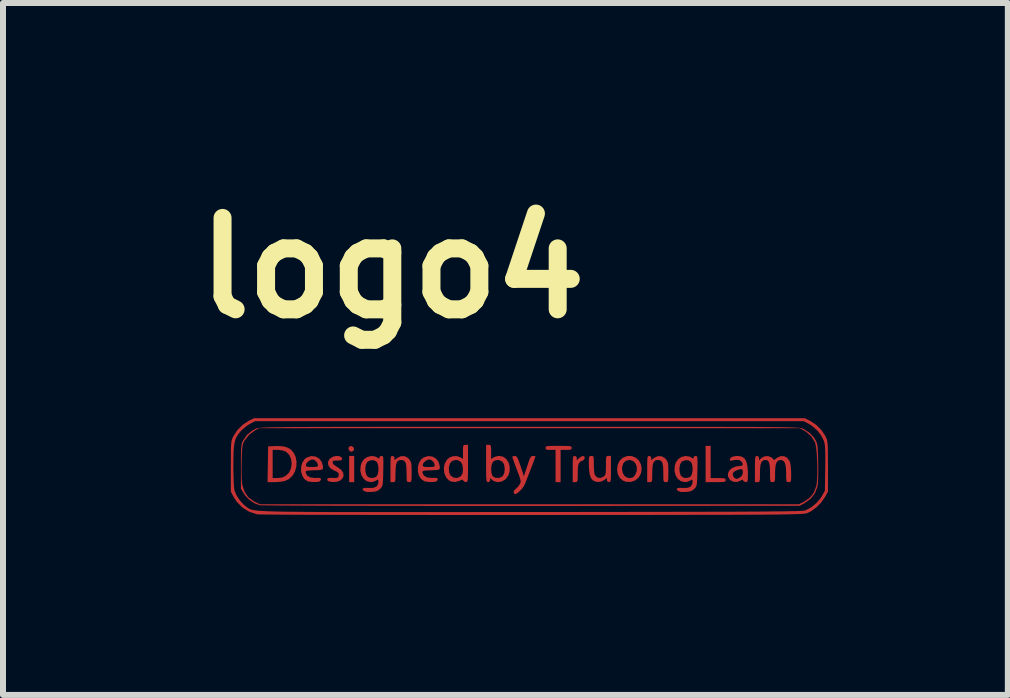
<source format=kicad_pcb>
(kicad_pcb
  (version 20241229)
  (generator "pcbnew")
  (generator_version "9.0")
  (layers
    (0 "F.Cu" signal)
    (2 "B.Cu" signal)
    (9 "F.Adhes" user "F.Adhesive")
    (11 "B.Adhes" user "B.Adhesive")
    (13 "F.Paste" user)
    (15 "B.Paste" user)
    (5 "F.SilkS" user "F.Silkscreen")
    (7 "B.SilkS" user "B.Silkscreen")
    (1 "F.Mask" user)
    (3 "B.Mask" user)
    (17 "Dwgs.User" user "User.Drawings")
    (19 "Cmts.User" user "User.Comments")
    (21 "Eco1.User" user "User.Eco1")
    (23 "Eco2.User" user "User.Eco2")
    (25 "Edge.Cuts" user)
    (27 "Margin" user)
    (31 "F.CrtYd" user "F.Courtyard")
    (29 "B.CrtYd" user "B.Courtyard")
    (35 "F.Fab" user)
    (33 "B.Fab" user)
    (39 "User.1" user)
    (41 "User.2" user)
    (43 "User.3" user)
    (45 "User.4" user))
  (footprint "logo4"
    (layer "F.Cu")
    (at 5.777 4.72)
    (property "Reference" "logo4" (at -2.286 -3.302 0) (layer "F.SilkS") (effects (font (size 1.524 1.524) (thickness 0.3))))
    (attr board_only exclude_from_pos_files exclude_from_bom)
    (fp_poly (pts (xy -2.921 0.269) (xy -3.005 0.269) (xy -3.005 -0.168) (xy -2.921 -0.168)) (stroke (width 0) (type solid)) (fill yes) (layer "F.Cu"))
    (fp_poly (pts (xy -2.967 -0.333) (xy -2.936 -0.316) (xy -2.923 -0.286) (xy -2.932 -0.257) (xy -2.94 -0.25) (xy -2.971 -0.236) (xy -2.995 -0.249) (xy -3.005 -0.26) (xy -3.019 -0.295) (xy -3.006 -0.323) (xy -2.973 -0.333)) (stroke (width 0) (type solid)) (fill yes) (layer "F.Cu"))
    (fp_poly (pts (xy 3.022 0.201) (xy 3.148 0.201) (xy 3.212 0.202) (xy 3.25 0.206) (xy 3.268 0.214) (xy 3.273 0.229) (xy 3.274 0.235) (xy 3.271 0.25) (xy 3.26 0.26) (xy 3.235 0.266) (xy 3.188 0.268) (xy 3.115 0.269) (xy 3.106 0.269) (xy 2.938 0.269) (xy 2.938 -0.336) (xy 3.022 -0.336)) (stroke (width 0) (type solid)) (fill yes) (layer "F.Cu"))
    (fp_poly (pts (xy 0.576 -0.335) (xy 0.637 -0.334) (xy 0.675 -0.331) (xy 0.695 -0.325) (xy 0.704 -0.315) (xy 0.705 -0.302) (xy 0.701 -0.283) (xy 0.684 -0.273) (xy 0.645 -0.269) (xy 0.613 -0.269) (xy 0.52 -0.269) (xy 0.52 0.269) (xy 0.436 0.269) (xy 0.436 -0.269) (xy 0.353 -0.269) (xy 0.302 -0.27) (xy 0.277 -0.278) (xy 0.269 -0.294) (xy 0.269 -0.302) (xy 0.27 -0.316) (xy 0.28 -0.325) (xy 0.301 -0.331) (xy 0.341 -0.334) (xy 0.404 -0.336) (xy 0.487 -0.336)) (stroke (width 0) (type solid)) (fill yes) (layer "F.Cu"))
    (fp_poly (pts (xy 0.918 -0.156) (xy 0.922 -0.131) (xy 0.909 -0.104) (xy 0.89 -0.092) (xy 0.852 -0.076) (xy 0.827 -0.05) (xy 0.813 -0.009) (xy 0.807 0.053) (xy 0.806 0.119) (xy 0.805 0.19) (xy 0.803 0.234) (xy 0.797 0.257) (xy 0.786 0.267) (xy 0.767 0.269) (xy 0.764 0.269) (xy 0.722 0.269) (xy 0.722 0.05) (xy 0.722 -0.039) (xy 0.724 -0.1) (xy 0.727 -0.138) (xy 0.733 -0.158) (xy 0.743 -0.166) (xy 0.755 -0.168) (xy 0.783 -0.157) (xy 0.789 -0.131) (xy 0.789 -0.095) (xy 0.828 -0.131) (xy 0.864 -0.157) (xy 0.895 -0.168)) (stroke (width 0) (type solid)) (fill yes) (layer "F.Cu"))
    (fp_poly (pts (xy -4.173 -0.332) (xy -4.106 -0.327) (xy -4.065 -0.319) (xy -3.99 -0.284) (xy -3.935 -0.228) (xy -3.899 -0.156) (xy -3.883 -0.076) (xy -3.886 0.008) (xy -3.908 0.088) (xy -3.949 0.16) (xy -4.009 0.217) (xy -4.078 0.249) (xy -4.13 0.26) (xy -4.198 0.267) (xy -4.254 0.269) (xy -4.366 0.269) (xy -4.365 0.201) (xy -4.281 0.201) (xy -4.199 0.201) (xy -4.119 0.191) (xy -4.061 0.163) (xy -4.007 0.109) (xy -3.975 0.039) (xy -3.964 -0.039) (xy -3.973 -0.116) (xy -4.004 -0.185) (xy -4.056 -0.236) (xy -4.061 -0.24) (xy -4.114 -0.259) (xy -4.182 -0.268) (xy -4.195 -0.269) (xy -4.281 -0.269) (xy -4.281 0.201) (xy -4.365 0.201) (xy -4.356 -0.327) (xy -4.244 -0.332)) (stroke (width 0) (type solid)) (fill yes) (layer "F.Cu"))
    (fp_poly (pts (xy 1.707 -0.166) (xy 1.772 -0.139) (xy 1.824 -0.093) (xy 1.859 -0.029) (xy 1.872 0.046) (xy 1.86 0.123) (xy 1.822 0.192) (xy 1.763 0.241) (xy 1.692 0.265) (xy 1.614 0.263) (xy 1.557 0.242) (xy 1.505 0.196) (xy 1.473 0.132) (xy 1.462 0.059) (xy 1.464 0.043) (xy 1.544 0.043) (xy 1.556 0.117) (xy 1.59 0.17) (xy 1.641 0.198) (xy 1.672 0.201) (xy 1.716 0.195) (xy 1.747 0.17) (xy 1.764 0.147) (xy 1.79 0.083) (xy 1.791 0.018) (xy 1.772 -0.039) (xy 1.734 -0.081) (xy 1.68 -0.1) (xy 1.668 -0.101) (xy 1.607 -0.087) (xy 1.566 -0.046) (xy 1.546 0.017) (xy 1.544 0.043) (xy 1.464 0.043) (xy 1.471 -0.015) (xy 1.501 -0.083) (xy 1.552 -0.134) (xy 1.56 -0.139) (xy 1.635 -0.167)) (stroke (width 0) (type solid)) (fill yes) (layer "F.Cu"))
    (fp_poly (pts (xy -3.167 -0.163) (xy -3.133 -0.145) (xy -3.123 -0.119) (xy -3.129 -0.101) (xy -3.154 -0.093) (xy -3.202 -0.091) (xy -3.251 -0.09) (xy -3.275 -0.082) (xy -3.282 -0.065) (xy -3.282 -0.059) (xy -3.267 -0.028) (xy -3.222 0.006) (xy -3.203 0.017) (xy -3.139 0.062) (xy -3.105 0.112) (xy -3.098 0.162) (xy -3.115 0.206) (xy -3.154 0.242) (xy -3.213 0.264) (xy -3.287 0.267) (xy -3.346 0.257) (xy -3.369 0.238) (xy -3.371 0.221) (xy -3.361 0.204) (xy -3.335 0.198) (xy -3.285 0.198) (xy -3.279 0.199) (xy -3.227 0.2) (xy -3.199 0.194) (xy -3.185 0.178) (xy -3.182 0.169) (xy -3.177 0.134) (xy -3.193 0.107) (xy -3.234 0.083) (xy -3.259 0.073) (xy -3.318 0.037) (xy -3.352 -0.01) (xy -3.359 -0.062) (xy -3.336 -0.111) (xy -3.313 -0.133) (xy -3.266 -0.158) (xy -3.214 -0.168)) (stroke (width 0) (type solid)) (fill yes) (layer "F.Cu"))
    (fp_poly (pts (xy -2.255 -0.156) (xy -2.25 -0.133) (xy -2.25 -0.098) (xy -2.205 -0.133) (xy -2.143 -0.164) (xy -2.08 -0.164) (xy -2.023 -0.133) (xy -2.008 -0.116) (xy -1.988 -0.09) (xy -1.975 -0.063) (xy -1.968 -0.028) (xy -1.965 0.025) (xy -1.964 0.102) (xy -1.964 0.178) (xy -1.966 0.226) (xy -1.971 0.253) (xy -1.981 0.265) (xy -1.997 0.269) (xy -2.006 0.269) (xy -2.026 0.267) (xy -2.038 0.26) (xy -2.045 0.24) (xy -2.047 0.2) (xy -2.048 0.135) (xy -2.048 0.11) (xy -2.051 0.021) (xy -2.059 -0.041) (xy -2.077 -0.078) (xy -2.105 -0.096) (xy -2.139 -0.101) (xy -2.179 -0.094) (xy -2.207 -0.069) (xy -2.223 -0.023) (xy -2.231 0.049) (xy -2.233 0.115) (xy -2.233 0.187) (xy -2.235 0.232) (xy -2.241 0.257) (xy -2.252 0.267) (xy -2.27 0.269) (xy -2.275 0.269) (xy -2.317 0.269) (xy -2.317 0.05) (xy -2.316 -0.039) (xy -2.315 -0.1) (xy -2.312 -0.138) (xy -2.306 -0.158) (xy -2.296 -0.166) (xy -2.283 -0.168)) (stroke (width 0) (type solid)) (fill yes) (layer "F.Cu"))
    (fp_poly (pts (xy 0.091 -0.166) (xy 0.101 -0.161) (xy 0.095 -0.142) (xy 0.079 -0.098) (xy 0.056 -0.036) (xy 0.028 0.037) (xy -0.002 0.114) (xy -0.031 0.189) (xy -0.057 0.255) (xy -0.078 0.305) (xy -0.09 0.332) (xy -0.117 0.371) (xy -0.156 0.413) (xy -0.196 0.448) (xy -0.228 0.468) (xy -0.237 0.47) (xy -0.256 0.457) (xy -0.263 0.442) (xy -0.258 0.411) (xy -0.229 0.382) (xy -0.188 0.343) (xy -0.159 0.301) (xy -0.149 0.279) (xy -0.146 0.257) (xy -0.15 0.227) (xy -0.163 0.184) (xy -0.186 0.121) (xy -0.21 0.058) (xy -0.239 -0.018) (xy -0.262 -0.083) (xy -0.279 -0.129) (xy -0.285 -0.152) (xy -0.285 -0.153) (xy -0.271 -0.164) (xy -0.245 -0.168) (xy -0.226 -0.165) (xy -0.21 -0.152) (xy -0.194 -0.124) (xy -0.174 -0.076) (xy -0.148 -0.001) (xy -0.148 0.001) (xy -0.092 0.17) (xy -0.036 0.001) (xy -0.011 -0.075) (xy 0.008 -0.124) (xy 0.024 -0.152) (xy 0.04 -0.165) (xy 0.059 -0.168) (xy 0.06 -0.168)) (stroke (width 0) (type solid)) (fill yes) (layer "F.Cu"))
    (fp_poly (pts (xy 1.36 0.05) (xy 1.36 0.139) (xy 1.358 0.2) (xy 1.355 0.238) (xy 1.349 0.259) (xy 1.339 0.267) (xy 1.326 0.269) (xy 1.298 0.257) (xy 1.293 0.234) (xy 1.293 0.199) (xy 1.248 0.234) (xy 1.189 0.262) (xy 1.122 0.266) (xy 1.063 0.243) (xy 1.062 0.243) (xy 1.027 0.202) (xy 1.004 0.134) (xy 0.993 0.036) (xy 0.991 -0.038) (xy 0.991 -0.103) (xy 0.994 -0.142) (xy 1.002 -0.161) (xy 1.016 -0.167) (xy 1.032 -0.168) (xy 1.053 -0.167) (xy 1.065 -0.159) (xy 1.071 -0.137) (xy 1.074 -0.096) (xy 1.074 -0.028) (xy 1.074 -0.021) (xy 1.077 0.065) (xy 1.084 0.124) (xy 1.098 0.16) (xy 1.101 0.164) (xy 1.14 0.195) (xy 1.191 0.198) (xy 1.239 0.175) (xy 1.256 0.16) (xy 1.267 0.14) (xy 1.273 0.106) (xy 1.275 0.053) (xy 1.276 -0.009) (xy 1.276 -0.083) (xy 1.278 -0.129) (xy 1.284 -0.155) (xy 1.294 -0.165) (xy 1.311 -0.168) (xy 1.318 -0.168) (xy 1.36 -0.168)) (stroke (width 0) (type solid)) (fill yes) (layer "F.Cu"))
    (fp_poly (pts (xy 2.026 -0.156) (xy 2.031 -0.133) (xy 2.031 -0.098) (xy 2.076 -0.133) (xy 2.138 -0.164) (xy 2.201 -0.164) (xy 2.258 -0.133) (xy 2.273 -0.116) (xy 2.293 -0.09) (xy 2.306 -0.063) (xy 2.313 -0.028) (xy 2.316 0.025) (xy 2.317 0.102) (xy 2.316 0.178) (xy 2.315 0.226) (xy 2.31 0.253) (xy 2.3 0.265) (xy 2.284 0.269) (xy 2.275 0.269) (xy 2.255 0.267) (xy 2.243 0.26) (xy 2.236 0.24) (xy 2.233 0.2) (xy 2.233 0.135) (xy 2.233 0.11) (xy 2.23 0.021) (xy 2.221 -0.041) (xy 2.204 -0.078) (xy 2.176 -0.096) (xy 2.142 -0.101) (xy 2.102 -0.094) (xy 2.074 -0.069) (xy 2.058 -0.023) (xy 2.05 0.049) (xy 2.048 0.115) (xy 2.048 0.187) (xy 2.046 0.232) (xy 2.04 0.257) (xy 2.029 0.267) (xy 2.011 0.269) (xy 2.006 0.269) (xy 1.964 0.269) (xy 1.964 0.05) (xy 1.964 -0.039) (xy 1.966 -0.1) (xy 1.969 -0.138) (xy 1.975 -0.158) (xy 1.985 -0.166) (xy 1.998 -0.168)) (stroke (width 0) (type solid)) (fill yes) (layer "F.Cu"))
    (fp_poly (pts (xy -3.565 -0.158) (xy -3.505 -0.125) (xy -3.463 -0.069) (xy -3.442 0.004) (xy -3.442 0.023) (xy -3.443 0.043) (xy -3.451 0.056) (xy -3.473 0.064) (xy -3.515 0.068) (xy -3.583 0.071) (xy -3.588 0.071) (xy -3.659 0.074) (xy -3.702 0.078) (xy -3.724 0.085) (xy -3.731 0.097) (xy -3.73 0.109) (xy -3.707 0.159) (xy -3.658 0.189) (xy -3.585 0.199) (xy -3.564 0.199) (xy -3.511 0.197) (xy -3.484 0.202) (xy -3.475 0.216) (xy -3.475 0.221) (xy -3.489 0.25) (xy -3.502 0.258) (xy -3.544 0.266) (xy -3.602 0.267) (xy -3.661 0.262) (xy -3.702 0.253) (xy -3.755 0.214) (xy -3.79 0.156) (xy -3.807 0.085) (xy -3.806 0.011) (xy -3.798 -0.016) (xy -3.727 -0.016) (xy -3.723 0.003) (xy -3.706 0.012) (xy -3.668 0.016) (xy -3.626 0.017) (xy -3.569 0.015) (xy -3.539 0.01) (xy -3.527 -0.003) (xy -3.525 -0.014) (xy -3.541 -0.061) (xy -3.58 -0.098) (xy -3.603 -0.108) (xy -3.642 -0.105) (xy -3.685 -0.081) (xy -3.717 -0.046) (xy -3.727 -0.016) (xy -3.798 -0.016) (xy -3.785 -0.058) (xy -3.747 -0.116) (xy -3.709 -0.143) (xy -3.635 -0.166)) (stroke (width 0) (type solid)) (fill yes) (layer "F.Cu"))
    (fp_poly (pts (xy -1.618 -0.158) (xy -1.558 -0.125) (xy -1.515 -0.069) (xy -1.495 0.004) (xy -1.494 0.023) (xy -1.495 0.043) (xy -1.504 0.056) (xy -1.525 0.064) (xy -1.567 0.068) (xy -1.636 0.071) (xy -1.641 0.071) (xy -1.711 0.074) (xy -1.754 0.078) (xy -1.776 0.085) (xy -1.783 0.097) (xy -1.783 0.109) (xy -1.76 0.159) (xy -1.711 0.189) (xy -1.638 0.199) (xy -1.616 0.199) (xy -1.564 0.197) (xy -1.537 0.202) (xy -1.528 0.216) (xy -1.528 0.221) (xy -1.541 0.25) (xy -1.554 0.258) (xy -1.596 0.266) (xy -1.655 0.267) (xy -1.713 0.262) (xy -1.754 0.253) (xy -1.808 0.214) (xy -1.843 0.156) (xy -1.86 0.085) (xy -1.858 0.011) (xy -1.85 -0.016) (xy -1.78 -0.016) (xy -1.775 0.003) (xy -1.758 0.012) (xy -1.72 0.016) (xy -1.679 0.017) (xy -1.622 0.015) (xy -1.591 0.01) (xy -1.579 -0.003) (xy -1.578 -0.014) (xy -1.593 -0.061) (xy -1.632 -0.098) (xy -1.655 -0.108) (xy -1.695 -0.105) (xy -1.737 -0.081) (xy -1.77 -0.046) (xy -1.78 -0.016) (xy -1.85 -0.016) (xy -1.838 -0.058) (xy -1.799 -0.116) (xy -1.761 -0.143) (xy -1.687 -0.166)) (stroke (width 0) (type solid)) (fill yes) (layer "F.Cu"))
    (fp_poly (pts (xy -1.024 -0.042) (xy -1.024 0.067) (xy -1.025 0.147) (xy -1.027 0.203) (xy -1.03 0.238) (xy -1.036 0.258) (xy -1.044 0.266) (xy -1.055 0.269) (xy -1.058 0.269) (xy -1.09 0.258) (xy -1.102 0.244) (xy -1.112 0.229) (xy -1.132 0.231) (xy -1.159 0.244) (xy -1.231 0.266) (xy -1.299 0.261) (xy -1.339 0.242) (xy -1.39 0.188) (xy -1.419 0.118) (xy -1.426 0.047) (xy -1.343 0.047) (xy -1.337 0.113) (xy -1.315 0.158) (xy -1.309 0.165) (xy -1.26 0.195) (xy -1.203 0.199) (xy -1.151 0.176) (xy -1.142 0.168) (xy -1.118 0.131) (xy -1.109 0.077) (xy -1.108 0.05) (xy -1.118 -0.025) (xy -1.15 -0.075) (xy -1.201 -0.099) (xy -1.226 -0.101) (xy -1.284 -0.087) (xy -1.323 -0.047) (xy -1.342 0.019) (xy -1.343 0.047) (xy -1.426 0.047) (xy -1.427 0.04) (xy -1.413 -0.037) (xy -1.377 -0.103) (xy -1.336 -0.14) (xy -1.276 -0.163) (xy -1.208 -0.165) (xy -1.149 -0.144) (xy -1.145 -0.142) (xy -1.108 -0.116) (xy -1.108 -0.234) (xy -1.107 -0.296) (xy -1.104 -0.331) (xy -1.095 -0.348) (xy -1.078 -0.352) (xy -1.066 -0.353) (xy -1.024 -0.353)) (stroke (width 0) (type solid)) (fill yes) (layer "F.Cu"))
    (fp_poly (pts (xy -0.658 -0.351) (xy -0.646 -0.341) (xy -0.64 -0.315) (xy -0.638 -0.267) (xy -0.638 -0.234) (xy -0.638 -0.116) (xy -0.601 -0.142) (xy -0.559 -0.159) (xy -0.506 -0.168) (xy -0.498 -0.168) (xy -0.433 -0.153) (xy -0.383 -0.114) (xy -0.347 -0.057) (xy -0.329 0.01) (xy -0.329 0.083) (xy -0.349 0.153) (xy -0.391 0.213) (xy -0.405 0.226) (xy -0.466 0.26) (xy -0.532 0.269) (xy -0.593 0.252) (xy -0.618 0.234) (xy -0.655 0.2) (xy -0.655 0.234) (xy -0.666 0.263) (xy -0.688 0.269) (xy -0.7 0.267) (xy -0.709 0.26) (xy -0.715 0.243) (xy -0.719 0.21) (xy -0.721 0.159) (xy -0.722 0.083) (xy -0.722 0.044) (xy -0.638 0.044) (xy -0.634 0.107) (xy -0.62 0.157) (xy -0.61 0.171) (xy -0.567 0.196) (xy -0.513 0.2) (xy -0.462 0.182) (xy -0.443 0.166) (xy -0.419 0.119) (xy -0.411 0.05) (xy -0.422 -0.026) (xy -0.453 -0.075) (xy -0.505 -0.099) (xy -0.53 -0.101) (xy -0.584 -0.089) (xy -0.612 -0.063) (xy -0.63 -0.017) (xy -0.638 0.044) (xy -0.722 0.044) (xy -0.722 -0.02) (xy -0.722 -0.042) (xy -0.722 -0.353) (xy -0.68 -0.353)) (stroke (width 0) (type solid)) (fill yes) (layer "F.Cu"))
    (fp_poly (pts (xy 3.534 -0.159) (xy 3.582 -0.132) (xy 3.614 -0.082) (xy 3.634 -0.008) (xy 3.642 0.095) (xy 3.643 0.138) (xy 3.642 0.204) (xy 3.639 0.243) (xy 3.631 0.262) (xy 3.617 0.268) (xy 3.609 0.269) (xy 3.577 0.258) (xy 3.565 0.244) (xy 3.555 0.228) (xy 3.535 0.233) (xy 3.52 0.244) (xy 3.462 0.266) (xy 3.401 0.263) (xy 3.348 0.234) (xy 3.344 0.23) (xy 3.312 0.177) (xy 3.311 0.141) (xy 3.391 0.141) (xy 3.402 0.18) (xy 3.421 0.2) (xy 3.447 0.214) (xy 3.465 0.214) (xy 3.495 0.2) (xy 3.497 0.199) (xy 3.539 0.169) (xy 3.557 0.128) (xy 3.559 0.097) (xy 3.553 0.064) (xy 3.532 0.051) (xy 3.491 0.059) (xy 3.449 0.075) (xy 3.408 0.098) (xy 3.392 0.128) (xy 3.391 0.141) (xy 3.311 0.141) (xy 3.31 0.124) (xy 3.334 0.074) (xy 3.38 0.034) (xy 3.444 0.007) (xy 3.508 0) (xy 3.548 -0.008) (xy 3.558 -0.032) (xy 3.539 -0.072) (xy 3.537 -0.074) (xy 3.498 -0.1) (xy 3.437 -0.103) (xy 3.387 -0.093) (xy 3.353 -0.088) (xy 3.341 -0.1) (xy 3.341 -0.107) (xy 3.356 -0.138) (xy 3.399 -0.159) (xy 3.463 -0.168) (xy 3.47 -0.168)) (stroke (width 0) (type solid)) (fill yes) (layer "F.Cu"))
    (fp_poly (pts (xy -2.453 -0.167) (xy -2.444 -0.159) (xy -2.438 -0.141) (xy -2.435 -0.107) (xy -2.435 -0.052) (xy -2.436 0.029) (xy -2.437 0.084) (xy -2.439 0.181) (xy -2.442 0.25) (xy -2.446 0.297) (xy -2.453 0.329) (xy -2.463 0.351) (xy -2.477 0.369) (xy -2.488 0.38) (xy -2.524 0.409) (xy -2.567 0.425) (xy -2.631 0.432) (xy -2.705 0.433) (xy -2.752 0.42) (xy -2.76 0.415) (xy -2.783 0.39) (xy -2.775 0.372) (xy -2.737 0.364) (xy -2.678 0.366) (xy -2.6 0.364) (xy -2.549 0.343) (xy -2.522 0.301) (xy -2.518 0.265) (xy -2.52 0.232) (xy -2.531 0.227) (xy -2.555 0.242) (xy -2.6 0.262) (xy -2.644 0.269) (xy -2.711 0.254) (xy -2.764 0.213) (xy -2.801 0.153) (xy -2.819 0.079) (xy -2.816 0.036) (xy -2.736 0.036) (xy -2.733 0.1) (xy -2.716 0.155) (xy -2.71 0.164) (xy -2.672 0.193) (xy -2.62 0.201) (xy -2.568 0.187) (xy -2.549 0.174) (xy -2.528 0.137) (xy -2.518 0.08) (xy -2.518 0.018) (xy -2.529 -0.038) (xy -2.546 -0.07) (xy -2.589 -0.096) (xy -2.643 -0.097) (xy -2.693 -0.076) (xy -2.703 -0.067) (xy -2.726 -0.024) (xy -2.736 0.036) (xy -2.816 0.036) (xy -2.814 -0.002) (xy -2.796 -0.058) (xy -2.757 -0.114) (xy -2.7 -0.151) (xy -2.634 -0.167) (xy -2.569 -0.158) (xy -2.539 -0.142) (xy -2.512 -0.125) (xy -2.502 -0.129) (xy -2.501 -0.142) (xy -2.487 -0.163) (xy -2.467 -0.168)) (stroke (width 0) (type solid)) (fill yes) (layer "F.Cu"))
    (fp_poly (pts (xy 2.785 -0.167) (xy 2.794 -0.159) (xy 2.8 -0.141) (xy 2.802 -0.107) (xy 2.803 -0.052) (xy 2.802 0.029) (xy 2.801 0.084) (xy 2.798 0.181) (xy 2.796 0.25) (xy 2.792 0.297) (xy 2.785 0.329) (xy 2.775 0.351) (xy 2.761 0.369) (xy 2.75 0.38) (xy 2.714 0.409) (xy 2.671 0.425) (xy 2.607 0.432) (xy 2.533 0.433) (xy 2.486 0.42) (xy 2.478 0.415) (xy 2.455 0.39) (xy 2.463 0.372) (xy 2.501 0.364) (xy 2.56 0.366) (xy 2.638 0.364) (xy 2.689 0.343) (xy 2.715 0.301) (xy 2.72 0.265) (xy 2.718 0.232) (xy 2.706 0.227) (xy 2.682 0.242) (xy 2.637 0.262) (xy 2.594 0.269) (xy 2.527 0.254) (xy 2.473 0.213) (xy 2.437 0.153) (xy 2.419 0.079) (xy 2.422 0.036) (xy 2.501 0.036) (xy 2.505 0.1) (xy 2.522 0.155) (xy 2.528 0.164) (xy 2.566 0.193) (xy 2.618 0.201) (xy 2.67 0.187) (xy 2.689 0.174) (xy 2.709 0.137) (xy 2.72 0.08) (xy 2.72 0.018) (xy 2.709 -0.038) (xy 2.692 -0.07) (xy 2.648 -0.096) (xy 2.595 -0.097) (xy 2.545 -0.076) (xy 2.535 -0.067) (xy 2.512 -0.024) (xy 2.501 0.036) (xy 2.422 0.036) (xy 2.424 -0.002) (xy 2.441 -0.058) (xy 2.48 -0.114) (xy 2.538 -0.151) (xy 2.604 -0.167) (xy 2.668 -0.158) (xy 2.699 -0.142) (xy 2.726 -0.125) (xy 2.735 -0.129) (xy 2.736 -0.142) (xy 2.751 -0.163) (xy 2.771 -0.168)) (stroke (width 0) (type solid)) (fill yes) (layer "F.Cu"))
    (fp_poly (pts (xy 3.822 -0.157) (xy 3.828 -0.131) (xy 3.828 -0.095) (xy 3.866 -0.131) (xy 3.919 -0.161) (xy 3.979 -0.166) (xy 4.033 -0.145) (xy 4.047 -0.134) (xy 4.081 -0.099) (xy 4.124 -0.134) (xy 4.185 -0.164) (xy 4.246 -0.164) (xy 4.299 -0.135) (xy 4.338 -0.081) (xy 4.347 -0.054) (xy 4.356 -0.006) (xy 4.362 0.062) (xy 4.365 0.134) (xy 4.365 0.138) (xy 4.364 0.204) (xy 4.361 0.243) (xy 4.354 0.262) (xy 4.339 0.268) (xy 4.323 0.269) (xy 4.303 0.267) (xy 4.29 0.259) (xy 4.284 0.238) (xy 4.281 0.196) (xy 4.281 0.128) (xy 4.281 0.121) (xy 4.277 0.026) (xy 4.264 -0.041) (xy 4.241 -0.081) (xy 4.207 -0.099) (xy 4.189 -0.101) (xy 4.149 -0.091) (xy 4.121 -0.061) (xy 4.104 -0.006) (xy 4.097 0.077) (xy 4.096 0.121) (xy 4.096 0.192) (xy 4.094 0.235) (xy 4.087 0.258) (xy 4.076 0.267) (xy 4.056 0.269) (xy 4.054 0.269) (xy 4.034 0.267) (xy 4.022 0.26) (xy 4.016 0.239) (xy 4.013 0.198) (xy 4.012 0.132) (xy 4.012 0.116) (xy 4.01 0.024) (xy 4.001 -0.04) (xy 3.986 -0.079) (xy 3.961 -0.097) (xy 3.939 -0.101) (xy 3.899 -0.094) (xy 3.871 -0.069) (xy 3.854 -0.023) (xy 3.846 0.048) (xy 3.844 0.115) (xy 3.844 0.187) (xy 3.842 0.232) (xy 3.836 0.257) (xy 3.825 0.267) (xy 3.807 0.269) (xy 3.802 0.269) (xy 3.76 0.269) (xy 3.76 0.05) (xy 3.761 -0.039) (xy 3.762 -0.1) (xy 3.766 -0.138) (xy 3.772 -0.158) (xy 3.781 -0.166) (xy 3.794 -0.168)) (stroke (width 0) (type solid)) (fill yes) (layer "F.Cu"))
    (fp_poly (pts (xy 0.459 -0.654) (xy 0.886 -0.654) (xy 1.281 -0.654) (xy 1.647 -0.654) (xy 1.983 -0.654) (xy 2.293 -0.654) (xy 2.575 -0.653) (xy 2.833 -0.653) (xy 3.067 -0.653) (xy 3.278 -0.652) (xy 3.467 -0.652) (xy 3.637 -0.651) (xy 3.787 -0.651) (xy 3.919 -0.65) (xy 4.034 -0.649) (xy 4.134 -0.648) (xy 4.22 -0.647) (xy 4.293 -0.645) (xy 4.353 -0.644) (xy 4.403 -0.642) (xy 4.444 -0.64) (xy 4.476 -0.638) (xy 4.502 -0.636) (xy 4.521 -0.633) (xy 4.536 -0.63) (xy 4.547 -0.627) (xy 4.556 -0.624) (xy 4.564 -0.621) (xy 4.566 -0.62) (xy 4.668 -0.557) (xy 4.747 -0.472) (xy 4.773 -0.428) (xy 4.786 -0.401) (xy 4.796 -0.372) (xy 4.803 -0.334) (xy 4.808 -0.284) (xy 4.811 -0.213) (xy 4.814 -0.119) (xy 4.815 -0.05) (xy 4.817 0.079) (xy 4.815 0.19) (xy 4.811 0.277) (xy 4.804 0.338) (xy 4.802 0.346) (xy 4.762 0.452) (xy 4.693 0.542) (xy 4.598 0.613) (xy 4.597 0.614) (xy 4.508 0.663) (xy 0.042 0.666) (xy -0.344 0.666) (xy -0.721 0.666) (xy -1.089 0.666) (xy -1.445 0.666) (xy -1.789 0.665) (xy -2.119 0.665) (xy -2.434 0.665) (xy -2.732 0.664) (xy -3.011 0.663) (xy -3.271 0.663) (xy -3.51 0.662) (xy -3.726 0.661) (xy -3.919 0.66) (xy -4.086 0.659) (xy -4.227 0.658) (xy -4.34 0.657) (xy -4.423 0.656) (xy -4.475 0.655) (xy -4.495 0.654) (xy -4.584 0.622) (xy -4.669 0.565) (xy -4.74 0.491) (xy -4.763 0.457) (xy -4.81 0.378) (xy -4.81 0.07) (xy -4.8 0.07) (xy -4.798 0.179) (xy -4.793 0.266) (xy -4.785 0.324) (xy -4.747 0.433) (xy -4.685 0.522) (xy -4.598 0.587) (xy -4.578 0.597) (xy -4.491 0.638) (xy 0.001 0.638) (xy 4.493 0.638) (xy 4.581 0.594) (xy 4.674 0.53) (xy 4.741 0.445) (xy 4.782 0.339) (xy 4.785 0.324) (xy 4.794 0.26) (xy 4.799 0.175) (xy 4.801 0.075) (xy 4.8 -0.031) (xy 4.795 -0.136) (xy 4.789 -0.234) (xy 4.779 -0.316) (xy 4.768 -0.376) (xy 4.762 -0.395) (xy 4.701 -0.492) (xy 4.614 -0.57) (xy 4.575 -0.593) (xy 4.508 -0.63) (xy -4.508 -0.63) (xy -4.575 -0.593) (xy -4.672 -0.522) (xy -4.748 -0.426) (xy -4.761 -0.403) (xy -4.773 -0.375) (xy -4.782 -0.34) (xy -4.788 -0.291) (xy -4.793 -0.224) (xy -4.796 -0.132) (xy -4.798 -0.057) (xy -4.8 0.07) (xy -4.81 0.07) (xy -4.81 0.008) (xy -4.81 -0.113) (xy -4.809 -0.206) (xy -4.807 -0.275) (xy -4.803 -0.326) (xy -4.798 -0.363) (xy -4.791 -0.391) (xy -4.78 -0.415) (xy -4.773 -0.428) (xy -4.705 -0.524) (xy -4.613 -0.596) (xy -4.566 -0.62) (xy -4.558 -0.623) (xy -4.55 -0.627) (xy -4.539 -0.63) (xy -4.525 -0.632) (xy -4.507 -0.635) (xy -4.484 -0.637) (xy -4.454 -0.639) (xy -4.415 -0.641) (xy -4.368 -0.643) (xy -4.31 -0.645) (xy -4.241 -0.646) (xy -4.159 -0.647) (xy -4.063 -0.649) (xy -3.952 -0.65) (xy -3.825 -0.65) (xy -3.679 -0.651) (xy -3.516 -0.652) (xy -3.332 -0.652) (xy -3.127 -0.653) (xy -2.899 -0.653) (xy -2.648 -0.653) (xy -2.372 -0.654) (xy -2.07 -0.654) (xy -1.741 -0.654) (xy -1.384 -0.654) (xy -0.997 -0.654) (xy -0.579 -0.654) (xy -0.129 -0.654) (xy 0 -0.654)) (stroke (width 0) (type solid)) (fill yes) (layer "F.Cu"))
    (fp_poly (pts (xy 4.675 -0.756) (xy 4.78 -0.688) (xy 4.871 -0.596) (xy 4.937 -0.495) (xy 4.949 -0.468) (xy 4.959 -0.443) (xy 4.966 -0.414) (xy 4.971 -0.377) (xy 4.975 -0.328) (xy 4.976 -0.261) (xy 4.977 -0.172) (xy 4.978 -0.056) (xy 4.978 0.008) (xy 4.978 0.428) (xy 4.928 0.518) (xy 4.865 0.608) (xy 4.784 0.69) (xy 4.695 0.755) (xy 4.638 0.783) (xy 4.629 0.786) (xy 4.618 0.789) (xy 4.603 0.792) (xy 4.585 0.795) (xy 4.56 0.797) (xy 4.529 0.799) (xy 4.49 0.801) (xy 4.442 0.803) (xy 4.384 0.804) (xy 4.313 0.806) (xy 4.23 0.807) (xy 4.133 0.809) (xy 4.021 0.81) (xy 3.892 0.811) (xy 3.746 0.811) (xy 3.581 0.812) (xy 3.396 0.813) (xy 3.19 0.813) (xy 2.961 0.814) (xy 2.709 0.814) (xy 2.431 0.815) (xy 2.128 0.815) (xy 1.798 0.816) (xy 1.439 0.816) (xy 1.051 0.816) (xy 0.631 0.816) (xy 0.18 0.817) (xy 0.042 0.817) (xy -0.346 0.817) (xy -0.726 0.817) (xy -1.095 0.817) (xy -1.454 0.817) (xy -1.8 0.816) (xy -2.132 0.816) (xy -2.449 0.816) (xy -2.749 0.815) (xy -3.031 0.815) (xy -3.293 0.814) (xy -3.534 0.813) (xy -3.753 0.813) (xy -3.948 0.812) (xy -4.119 0.811) (xy -4.262 0.81) (xy -4.378 0.809) (xy -4.464 0.808) (xy -4.519 0.807) (xy -4.543 0.805) (xy -4.543 0.805) (xy -4.671 0.763) (xy -4.784 0.692) (xy -4.879 0.597) (xy -4.933 0.513) (xy -4.978 0.428) (xy -4.978 0.008) (xy -4.978 -0.001) (xy -4.936 -0.001) (xy -4.935 0.107) (xy -4.932 0.208) (xy -4.929 0.295) (xy -4.924 0.362) (xy -4.919 0.402) (xy -4.918 0.406) (xy -4.885 0.485) (xy -4.832 0.568) (xy -4.768 0.64) (xy -4.726 0.675) (xy -4.713 0.684) (xy -4.701 0.693) (xy -4.69 0.702) (xy -4.679 0.709) (xy -4.666 0.717) (xy -4.649 0.723) (xy -4.629 0.729) (xy -4.603 0.734) (xy -4.57 0.739) (xy -4.53 0.744) (xy -4.481 0.748) (xy -4.421 0.751) (xy -4.35 0.755) (xy -4.267 0.757) (xy -4.17 0.76) (xy -4.058 0.762) (xy -3.929 0.763) (xy -3.784 0.765) (xy -3.62 0.766) (xy -3.436 0.767) (xy -3.231 0.768) (xy -3.004 0.768) (xy -2.754 0.768) (xy -2.479 0.768) (xy -2.178 0.768) (xy -1.851 0.768) (xy -1.496 0.768) (xy -1.111 0.768) (xy -0.696 0.767) (xy -0.249 0.767) (xy 0.034 0.767) (xy 0.503 0.767) (xy 0.939 0.766) (xy 1.345 0.766) (xy 1.72 0.765) (xy 2.066 0.765) (xy 2.384 0.764) (xy 2.675 0.764) (xy 2.941 0.763) (xy 3.182 0.762) (xy 3.399 0.762) (xy 3.594 0.761) (xy 3.768 0.76) (xy 3.922 0.759) (xy 4.056 0.757) (xy 4.173 0.756) (xy 4.273 0.755) (xy 4.358 0.753) (xy 4.428 0.752) (xy 4.484 0.75) (xy 4.529 0.748) (xy 4.562 0.746) (xy 4.585 0.744) (xy 4.599 0.741) (xy 4.603 0.74) (xy 4.697 0.69) (xy 4.786 0.618) (xy 4.858 0.532) (xy 4.875 0.504) (xy 4.927 0.411) (xy 4.933 0.037) (xy 4.934 -0.091) (xy 4.934 -0.191) (xy 4.932 -0.267) (xy 4.929 -0.325) (xy 4.923 -0.369) (xy 4.915 -0.404) (xy 4.911 -0.419) (xy 4.866 -0.509) (xy 4.798 -0.595) (xy 4.714 -0.669) (xy 4.661 -0.702) (xy 4.575 -0.747) (xy -4.575 -0.747) (xy -4.661 -0.702) (xy -4.722 -0.662) (xy -4.785 -0.609) (xy -4.815 -0.579) (xy -4.852 -0.534) (xy -4.881 -0.49) (xy -4.902 -0.442) (xy -4.917 -0.386) (xy -4.927 -0.316) (xy -4.933 -0.226) (xy -4.935 -0.112) (xy -4.936 -0.001) (xy -4.978 -0.001) (xy -4.977 -0.121) (xy -4.977 -0.222) (xy -4.976 -0.299) (xy -4.973 -0.356) (xy -4.969 -0.398) (xy -4.963 -0.43) (xy -4.954 -0.456) (xy -4.943 -0.482) (xy -4.937 -0.495) (xy -4.869 -0.599) (xy -4.777 -0.69) (xy -4.675 -0.756) (xy -4.591 -0.797) (xy 4.591 -0.797)) (stroke (width 0) (type solid)) (fill yes) (layer "F.Cu"))
    (fp_poly (pts (xy -2.921 0.269) (xy -3.005 0.269) (xy -3.005 -0.168) (xy -2.921 -0.168)) (stroke (width 0) (type solid)) (fill yes) (layer "F.Mask"))
    (fp_poly (pts (xy -2.967 -0.333) (xy -2.936 -0.316) (xy -2.923 -0.286) (xy -2.932 -0.257) (xy -2.94 -0.25) (xy -2.971 -0.236) (xy -2.995 -0.249) (xy -3.005 -0.26) (xy -3.019 -0.295) (xy -3.006 -0.323) (xy -2.973 -0.333)) (stroke (width 0) (type solid)) (fill yes) (layer "F.Mask"))
    (fp_poly (pts (xy 3.022 0.201) (xy 3.148 0.201) (xy 3.212 0.202) (xy 3.25 0.206) (xy 3.268 0.214) (xy 3.273 0.229) (xy 3.274 0.235) (xy 3.271 0.25) (xy 3.26 0.26) (xy 3.235 0.266) (xy 3.188 0.268) (xy 3.115 0.269) (xy 3.106 0.269) (xy 2.938 0.269) (xy 2.938 -0.336) (xy 3.022 -0.336)) (stroke (width 0) (type solid)) (fill yes) (layer "F.Mask"))
    (fp_poly (pts (xy 0.576 -0.335) (xy 0.637 -0.334) (xy 0.675 -0.331) (xy 0.695 -0.325) (xy 0.704 -0.315) (xy 0.705 -0.302) (xy 0.701 -0.283) (xy 0.684 -0.273) (xy 0.645 -0.269) (xy 0.613 -0.269) (xy 0.52 -0.269) (xy 0.52 0.269) (xy 0.436 0.269) (xy 0.436 -0.269) (xy 0.353 -0.269) (xy 0.302 -0.27) (xy 0.277 -0.278) (xy 0.269 -0.294) (xy 0.269 -0.302) (xy 0.27 -0.316) (xy 0.28 -0.325) (xy 0.301 -0.331) (xy 0.341 -0.334) (xy 0.404 -0.336) (xy 0.487 -0.336)) (stroke (width 0) (type solid)) (fill yes) (layer "F.Mask"))
    (fp_poly (pts (xy 0.918 -0.156) (xy 0.922 -0.131) (xy 0.909 -0.104) (xy 0.89 -0.092) (xy 0.852 -0.076) (xy 0.827 -0.05) (xy 0.813 -0.009) (xy 0.807 0.053) (xy 0.806 0.119) (xy 0.805 0.19) (xy 0.803 0.234) (xy 0.797 0.257) (xy 0.786 0.267) (xy 0.767 0.269) (xy 0.764 0.269) (xy 0.722 0.269) (xy 0.722 0.05) (xy 0.722 -0.039) (xy 0.724 -0.1) (xy 0.727 -0.138) (xy 0.733 -0.158) (xy 0.743 -0.166) (xy 0.755 -0.168) (xy 0.783 -0.157) (xy 0.789 -0.131) (xy 0.789 -0.095) (xy 0.828 -0.131) (xy 0.864 -0.157) (xy 0.895 -0.168)) (stroke (width 0) (type solid)) (fill yes) (layer "F.Mask"))
    (fp_poly (pts (xy -4.173 -0.332) (xy -4.106 -0.327) (xy -4.065 -0.319) (xy -3.99 -0.284) (xy -3.935 -0.228) (xy -3.899 -0.156) (xy -3.883 -0.076) (xy -3.886 0.008) (xy -3.908 0.088) (xy -3.949 0.16) (xy -4.009 0.217) (xy -4.078 0.249) (xy -4.13 0.26) (xy -4.198 0.267) (xy -4.254 0.269) (xy -4.366 0.269) (xy -4.365 0.201) (xy -4.281 0.201) (xy -4.199 0.201) (xy -4.119 0.191) (xy -4.061 0.163) (xy -4.007 0.109) (xy -3.975 0.039) (xy -3.964 -0.039) (xy -3.973 -0.116) (xy -4.004 -0.185) (xy -4.056 -0.236) (xy -4.061 -0.24) (xy -4.114 -0.259) (xy -4.182 -0.268) (xy -4.195 -0.269) (xy -4.281 -0.269) (xy -4.281 0.201) (xy -4.365 0.201) (xy -4.356 -0.327) (xy -4.244 -0.332)) (stroke (width 0) (type solid)) (fill yes) (layer "F.Mask"))
    (fp_poly (pts (xy 1.707 -0.166) (xy 1.772 -0.139) (xy 1.824 -0.093) (xy 1.859 -0.029) (xy 1.872 0.046) (xy 1.86 0.123) (xy 1.822 0.192) (xy 1.763 0.241) (xy 1.692 0.265) (xy 1.614 0.263) (xy 1.557 0.242) (xy 1.505 0.196) (xy 1.473 0.132) (xy 1.462 0.059) (xy 1.464 0.043) (xy 1.544 0.043) (xy 1.556 0.117) (xy 1.59 0.17) (xy 1.641 0.198) (xy 1.672 0.201) (xy 1.716 0.195) (xy 1.747 0.17) (xy 1.764 0.147) (xy 1.79 0.083) (xy 1.791 0.018) (xy 1.772 -0.039) (xy 1.734 -0.081) (xy 1.68 -0.1) (xy 1.668 -0.101) (xy 1.607 -0.087) (xy 1.566 -0.046) (xy 1.546 0.017) (xy 1.544 0.043) (xy 1.464 0.043) (xy 1.471 -0.015) (xy 1.501 -0.083) (xy 1.552 -0.134) (xy 1.56 -0.139) (xy 1.635 -0.167)) (stroke (width 0) (type solid)) (fill yes) (layer "F.Mask"))
    (fp_poly (pts (xy -3.167 -0.163) (xy -3.133 -0.145) (xy -3.123 -0.119) (xy -3.129 -0.101) (xy -3.154 -0.093) (xy -3.202 -0.091) (xy -3.251 -0.09) (xy -3.275 -0.082) (xy -3.282 -0.065) (xy -3.282 -0.059) (xy -3.267 -0.028) (xy -3.222 0.006) (xy -3.203 0.017) (xy -3.139 0.062) (xy -3.105 0.112) (xy -3.098 0.162) (xy -3.115 0.206) (xy -3.154 0.242) (xy -3.213 0.264) (xy -3.287 0.267) (xy -3.346 0.257) (xy -3.369 0.238) (xy -3.371 0.221) (xy -3.361 0.204) (xy -3.335 0.198) (xy -3.285 0.198) (xy -3.279 0.199) (xy -3.227 0.2) (xy -3.199 0.194) (xy -3.185 0.178) (xy -3.182 0.169) (xy -3.177 0.134) (xy -3.193 0.107) (xy -3.234 0.083) (xy -3.259 0.073) (xy -3.318 0.037) (xy -3.352 -0.01) (xy -3.359 -0.062) (xy -3.336 -0.111) (xy -3.313 -0.133) (xy -3.266 -0.158) (xy -3.214 -0.168)) (stroke (width 0) (type solid)) (fill yes) (layer "F.Mask"))
    (fp_poly (pts (xy -2.255 -0.156) (xy -2.25 -0.133) (xy -2.25 -0.098) (xy -2.205 -0.133) (xy -2.143 -0.164) (xy -2.08 -0.164) (xy -2.023 -0.133) (xy -2.008 -0.116) (xy -1.988 -0.09) (xy -1.975 -0.063) (xy -1.968 -0.028) (xy -1.965 0.025) (xy -1.964 0.102) (xy -1.964 0.178) (xy -1.966 0.226) (xy -1.971 0.253) (xy -1.981 0.265) (xy -1.997 0.269) (xy -2.006 0.269) (xy -2.026 0.267) (xy -2.038 0.26) (xy -2.045 0.24) (xy -2.047 0.2) (xy -2.048 0.135) (xy -2.048 0.11) (xy -2.051 0.021) (xy -2.059 -0.041) (xy -2.077 -0.078) (xy -2.105 -0.096) (xy -2.139 -0.101) (xy -2.179 -0.094) (xy -2.207 -0.069) (xy -2.223 -0.023) (xy -2.231 0.049) (xy -2.233 0.115) (xy -2.233 0.187) (xy -2.235 0.232) (xy -2.241 0.257) (xy -2.252 0.267) (xy -2.27 0.269) (xy -2.275 0.269) (xy -2.317 0.269) (xy -2.317 0.05) (xy -2.316 -0.039) (xy -2.315 -0.1) (xy -2.312 -0.138) (xy -2.306 -0.158) (xy -2.296 -0.166) (xy -2.283 -0.168)) (stroke (width 0) (type solid)) (fill yes) (layer "F.Mask"))
    (fp_poly (pts (xy 0.091 -0.166) (xy 0.101 -0.161) (xy 0.095 -0.142) (xy 0.079 -0.098) (xy 0.056 -0.036) (xy 0.028 0.037) (xy -0.002 0.114) (xy -0.031 0.189) (xy -0.057 0.255) (xy -0.078 0.305) (xy -0.09 0.332) (xy -0.117 0.371) (xy -0.156 0.413) (xy -0.196 0.448) (xy -0.228 0.468) (xy -0.237 0.47) (xy -0.256 0.457) (xy -0.263 0.442) (xy -0.258 0.411) (xy -0.229 0.382) (xy -0.188 0.343) (xy -0.159 0.301) (xy -0.149 0.279) (xy -0.146 0.257) (xy -0.15 0.227) (xy -0.163 0.184) (xy -0.186 0.121) (xy -0.21 0.058) (xy -0.239 -0.018) (xy -0.262 -0.083) (xy -0.279 -0.129) (xy -0.285 -0.152) (xy -0.285 -0.153) (xy -0.271 -0.164) (xy -0.245 -0.168) (xy -0.226 -0.165) (xy -0.21 -0.152) (xy -0.194 -0.124) (xy -0.174 -0.076) (xy -0.148 -0.001) (xy -0.148 0.001) (xy -0.092 0.17) (xy -0.036 0.001) (xy -0.011 -0.075) (xy 0.008 -0.124) (xy 0.024 -0.152) (xy 0.04 -0.165) (xy 0.059 -0.168) (xy 0.06 -0.168)) (stroke (width 0) (type solid)) (fill yes) (layer "F.Mask"))
    (fp_poly (pts (xy 1.36 0.05) (xy 1.36 0.139) (xy 1.358 0.2) (xy 1.355 0.238) (xy 1.349 0.259) (xy 1.339 0.267) (xy 1.326 0.269) (xy 1.298 0.257) (xy 1.293 0.234) (xy 1.293 0.199) (xy 1.248 0.234) (xy 1.189 0.262) (xy 1.122 0.266) (xy 1.063 0.243) (xy 1.062 0.243) (xy 1.027 0.202) (xy 1.004 0.134) (xy 0.993 0.036) (xy 0.991 -0.038) (xy 0.991 -0.103) (xy 0.994 -0.142) (xy 1.002 -0.161) (xy 1.016 -0.167) (xy 1.032 -0.168) (xy 1.053 -0.167) (xy 1.065 -0.159) (xy 1.071 -0.137) (xy 1.074 -0.096) (xy 1.074 -0.028) (xy 1.074 -0.021) (xy 1.077 0.065) (xy 1.084 0.124) (xy 1.098 0.16) (xy 1.101 0.164) (xy 1.14 0.195) (xy 1.191 0.198) (xy 1.239 0.175) (xy 1.256 0.16) (xy 1.267 0.14) (xy 1.273 0.106) (xy 1.275 0.053) (xy 1.276 -0.009) (xy 1.276 -0.083) (xy 1.278 -0.129) (xy 1.284 -0.155) (xy 1.294 -0.165) (xy 1.311 -0.168) (xy 1.318 -0.168) (xy 1.36 -0.168)) (stroke (width 0) (type solid)) (fill yes) (layer "F.Mask"))
    (fp_poly (pts (xy 2.026 -0.156) (xy 2.031 -0.133) (xy 2.031 -0.098) (xy 2.076 -0.133) (xy 2.138 -0.164) (xy 2.201 -0.164) (xy 2.258 -0.133) (xy 2.273 -0.116) (xy 2.293 -0.09) (xy 2.306 -0.063) (xy 2.313 -0.028) (xy 2.316 0.025) (xy 2.317 0.102) (xy 2.316 0.178) (xy 2.315 0.226) (xy 2.31 0.253) (xy 2.3 0.265) (xy 2.284 0.269) (xy 2.275 0.269) (xy 2.255 0.267) (xy 2.243 0.26) (xy 2.236 0.24) (xy 2.233 0.2) (xy 2.233 0.135) (xy 2.233 0.11) (xy 2.23 0.021) (xy 2.221 -0.041) (xy 2.204 -0.078) (xy 2.176 -0.096) (xy 2.142 -0.101) (xy 2.102 -0.094) (xy 2.074 -0.069) (xy 2.058 -0.023) (xy 2.05 0.049) (xy 2.048 0.115) (xy 2.048 0.187) (xy 2.046 0.232) (xy 2.04 0.257) (xy 2.029 0.267) (xy 2.011 0.269) (xy 2.006 0.269) (xy 1.964 0.269) (xy 1.964 0.05) (xy 1.964 -0.039) (xy 1.966 -0.1) (xy 1.969 -0.138) (xy 1.975 -0.158) (xy 1.985 -0.166) (xy 1.998 -0.168)) (stroke (width 0) (type solid)) (fill yes) (layer "F.Mask"))
    (fp_poly (pts (xy -3.565 -0.158) (xy -3.505 -0.125) (xy -3.463 -0.069) (xy -3.442 0.004) (xy -3.442 0.023) (xy -3.443 0.043) (xy -3.451 0.056) (xy -3.473 0.064) (xy -3.515 0.068) (xy -3.583 0.071) (xy -3.588 0.071) (xy -3.659 0.074) (xy -3.702 0.078) (xy -3.724 0.085) (xy -3.731 0.097) (xy -3.73 0.109) (xy -3.707 0.159) (xy -3.658 0.189) (xy -3.585 0.199) (xy -3.564 0.199) (xy -3.511 0.197) (xy -3.484 0.202) (xy -3.475 0.216) (xy -3.475 0.221) (xy -3.489 0.25) (xy -3.502 0.258) (xy -3.544 0.266) (xy -3.602 0.267) (xy -3.661 0.262) (xy -3.702 0.253) (xy -3.755 0.214) (xy -3.79 0.156) (xy -3.807 0.085) (xy -3.806 0.011) (xy -3.798 -0.016) (xy -3.727 -0.016) (xy -3.723 0.003) (xy -3.706 0.012) (xy -3.668 0.016) (xy -3.626 0.017) (xy -3.569 0.015) (xy -3.539 0.01) (xy -3.527 -0.003) (xy -3.525 -0.014) (xy -3.541 -0.061) (xy -3.58 -0.098) (xy -3.603 -0.108) (xy -3.642 -0.105) (xy -3.685 -0.081) (xy -3.717 -0.046) (xy -3.727 -0.016) (xy -3.798 -0.016) (xy -3.785 -0.058) (xy -3.747 -0.116) (xy -3.709 -0.143) (xy -3.635 -0.166)) (stroke (width 0) (type solid)) (fill yes) (layer "F.Mask"))
    (fp_poly (pts (xy -1.618 -0.158) (xy -1.558 -0.125) (xy -1.515 -0.069) (xy -1.495 0.004) (xy -1.494 0.023) (xy -1.495 0.043) (xy -1.504 0.056) (xy -1.525 0.064) (xy -1.567 0.068) (xy -1.636 0.071) (xy -1.641 0.071) (xy -1.711 0.074) (xy -1.754 0.078) (xy -1.776 0.085) (xy -1.783 0.097) (xy -1.783 0.109) (xy -1.76 0.159) (xy -1.711 0.189) (xy -1.638 0.199) (xy -1.616 0.199) (xy -1.564 0.197) (xy -1.537 0.202) (xy -1.528 0.216) (xy -1.528 0.221) (xy -1.541 0.25) (xy -1.554 0.258) (xy -1.596 0.266) (xy -1.655 0.267) (xy -1.713 0.262) (xy -1.754 0.253) (xy -1.808 0.214) (xy -1.843 0.156) (xy -1.86 0.085) (xy -1.858 0.011) (xy -1.85 -0.016) (xy -1.78 -0.016) (xy -1.775 0.003) (xy -1.758 0.012) (xy -1.72 0.016) (xy -1.679 0.017) (xy -1.622 0.015) (xy -1.591 0.01) (xy -1.579 -0.003) (xy -1.578 -0.014) (xy -1.593 -0.061) (xy -1.632 -0.098) (xy -1.655 -0.108) (xy -1.695 -0.105) (xy -1.737 -0.081) (xy -1.77 -0.046) (xy -1.78 -0.016) (xy -1.85 -0.016) (xy -1.838 -0.058) (xy -1.799 -0.116) (xy -1.761 -0.143) (xy -1.687 -0.166)) (stroke (width 0) (type solid)) (fill yes) (layer "F.Mask"))
    (fp_poly (pts (xy -1.024 -0.042) (xy -1.024 0.067) (xy -1.025 0.147) (xy -1.027 0.203) (xy -1.03 0.238) (xy -1.036 0.258) (xy -1.044 0.266) (xy -1.055 0.269) (xy -1.058 0.269) (xy -1.09 0.258) (xy -1.102 0.244) (xy -1.112 0.229) (xy -1.132 0.231) (xy -1.159 0.244) (xy -1.231 0.266) (xy -1.299 0.261) (xy -1.339 0.242) (xy -1.39 0.188) (xy -1.419 0.118) (xy -1.426 0.047) (xy -1.343 0.047) (xy -1.337 0.113) (xy -1.315 0.158) (xy -1.309 0.165) (xy -1.26 0.195) (xy -1.203 0.199) (xy -1.151 0.176) (xy -1.142 0.168) (xy -1.118 0.131) (xy -1.109 0.077) (xy -1.108 0.05) (xy -1.118 -0.025) (xy -1.15 -0.075) (xy -1.201 -0.099) (xy -1.226 -0.101) (xy -1.284 -0.087) (xy -1.323 -0.047) (xy -1.342 0.019) (xy -1.343 0.047) (xy -1.426 0.047) (xy -1.427 0.04) (xy -1.413 -0.037) (xy -1.377 -0.103) (xy -1.336 -0.14) (xy -1.276 -0.163) (xy -1.208 -0.165) (xy -1.149 -0.144) (xy -1.145 -0.142) (xy -1.108 -0.116) (xy -1.108 -0.234) (xy -1.107 -0.296) (xy -1.104 -0.331) (xy -1.095 -0.348) (xy -1.078 -0.352) (xy -1.066 -0.353) (xy -1.024 -0.353)) (stroke (width 0) (type solid)) (fill yes) (layer "F.Mask"))
    (fp_poly (pts (xy -0.658 -0.351) (xy -0.646 -0.341) (xy -0.64 -0.315) (xy -0.638 -0.267) (xy -0.638 -0.234) (xy -0.638 -0.116) (xy -0.601 -0.142) (xy -0.559 -0.159) (xy -0.506 -0.168) (xy -0.498 -0.168) (xy -0.433 -0.153) (xy -0.383 -0.114) (xy -0.347 -0.057) (xy -0.329 0.01) (xy -0.329 0.083) (xy -0.349 0.153) (xy -0.391 0.213) (xy -0.405 0.226) (xy -0.466 0.26) (xy -0.532 0.269) (xy -0.593 0.252) (xy -0.618 0.234) (xy -0.655 0.2) (xy -0.655 0.234) (xy -0.666 0.263) (xy -0.688 0.269) (xy -0.7 0.267) (xy -0.709 0.26) (xy -0.715 0.243) (xy -0.719 0.21) (xy -0.721 0.159) (xy -0.722 0.083) (xy -0.722 0.044) (xy -0.638 0.044) (xy -0.634 0.107) (xy -0.62 0.157) (xy -0.61 0.171) (xy -0.567 0.196) (xy -0.513 0.2) (xy -0.462 0.182) (xy -0.443 0.166) (xy -0.419 0.119) (xy -0.411 0.05) (xy -0.422 -0.026) (xy -0.453 -0.075) (xy -0.505 -0.099) (xy -0.53 -0.101) (xy -0.584 -0.089) (xy -0.612 -0.063) (xy -0.63 -0.017) (xy -0.638 0.044) (xy -0.722 0.044) (xy -0.722 -0.02) (xy -0.722 -0.042) (xy -0.722 -0.353) (xy -0.68 -0.353)) (stroke (width 0) (type solid)) (fill yes) (layer "F.Mask"))
    (fp_poly (pts (xy 3.534 -0.159) (xy 3.582 -0.132) (xy 3.614 -0.082) (xy 3.634 -0.008) (xy 3.642 0.095) (xy 3.643 0.138) (xy 3.642 0.204) (xy 3.639 0.243) (xy 3.631 0.262) (xy 3.617 0.268) (xy 3.609 0.269) (xy 3.577 0.258) (xy 3.565 0.244) (xy 3.555 0.228) (xy 3.535 0.233) (xy 3.52 0.244) (xy 3.462 0.266) (xy 3.401 0.263) (xy 3.348 0.234) (xy 3.344 0.23) (xy 3.312 0.177) (xy 3.311 0.141) (xy 3.391 0.141) (xy 3.402 0.18) (xy 3.421 0.2) (xy 3.447 0.214) (xy 3.465 0.214) (xy 3.495 0.2) (xy 3.497 0.199) (xy 3.539 0.169) (xy 3.557 0.128) (xy 3.559 0.097) (xy 3.553 0.064) (xy 3.532 0.051) (xy 3.491 0.059) (xy 3.449 0.075) (xy 3.408 0.098) (xy 3.392 0.128) (xy 3.391 0.141) (xy 3.311 0.141) (xy 3.31 0.124) (xy 3.334 0.074) (xy 3.38 0.034) (xy 3.444 0.007) (xy 3.508 0) (xy 3.548 -0.008) (xy 3.558 -0.032) (xy 3.539 -0.072) (xy 3.537 -0.074) (xy 3.498 -0.1) (xy 3.437 -0.103) (xy 3.387 -0.093) (xy 3.353 -0.088) (xy 3.341 -0.1) (xy 3.341 -0.107) (xy 3.356 -0.138) (xy 3.399 -0.159) (xy 3.463 -0.168) (xy 3.47 -0.168)) (stroke (width 0) (type solid)) (fill yes) (layer "F.Mask"))
    (fp_poly (pts (xy -2.453 -0.167) (xy -2.444 -0.159) (xy -2.438 -0.141) (xy -2.435 -0.107) (xy -2.435 -0.052) (xy -2.436 0.029) (xy -2.437 0.084) (xy -2.439 0.181) (xy -2.442 0.25) (xy -2.446 0.297) (xy -2.453 0.329) (xy -2.463 0.351) (xy -2.477 0.369) (xy -2.488 0.38) (xy -2.524 0.409) (xy -2.567 0.425) (xy -2.631 0.432) (xy -2.705 0.433) (xy -2.752 0.42) (xy -2.76 0.415) (xy -2.783 0.39) (xy -2.775 0.372) (xy -2.737 0.364) (xy -2.678 0.366) (xy -2.6 0.364) (xy -2.549 0.343) (xy -2.522 0.301) (xy -2.518 0.265) (xy -2.52 0.232) (xy -2.531 0.227) (xy -2.555 0.242) (xy -2.6 0.262) (xy -2.644 0.269) (xy -2.711 0.254) (xy -2.764 0.213) (xy -2.801 0.153) (xy -2.819 0.079) (xy -2.816 0.036) (xy -2.736 0.036) (xy -2.733 0.1) (xy -2.716 0.155) (xy -2.71 0.164) (xy -2.672 0.193) (xy -2.62 0.201) (xy -2.568 0.187) (xy -2.549 0.174) (xy -2.528 0.137) (xy -2.518 0.08) (xy -2.518 0.018) (xy -2.529 -0.038) (xy -2.546 -0.07) (xy -2.589 -0.096) (xy -2.643 -0.097) (xy -2.693 -0.076) (xy -2.703 -0.067) (xy -2.726 -0.024) (xy -2.736 0.036) (xy -2.816 0.036) (xy -2.814 -0.002) (xy -2.796 -0.058) (xy -2.757 -0.114) (xy -2.7 -0.151) (xy -2.634 -0.167) (xy -2.569 -0.158) (xy -2.539 -0.142) (xy -2.512 -0.125) (xy -2.502 -0.129) (xy -2.501 -0.142) (xy -2.487 -0.163) (xy -2.467 -0.168)) (stroke (width 0) (type solid)) (fill yes) (layer "F.Mask"))
    (fp_poly (pts (xy 2.785 -0.167) (xy 2.794 -0.159) (xy 2.8 -0.141) (xy 2.802 -0.107) (xy 2.803 -0.052) (xy 2.802 0.029) (xy 2.801 0.084) (xy 2.798 0.181) (xy 2.796 0.25) (xy 2.792 0.297) (xy 2.785 0.329) (xy 2.775 0.351) (xy 2.761 0.369) (xy 2.75 0.38) (xy 2.714 0.409) (xy 2.671 0.425) (xy 2.607 0.432) (xy 2.533 0.433) (xy 2.486 0.42) (xy 2.478 0.415) (xy 2.455 0.39) (xy 2.463 0.372) (xy 2.501 0.364) (xy 2.56 0.366) (xy 2.638 0.364) (xy 2.689 0.343) (xy 2.715 0.301) (xy 2.72 0.265) (xy 2.718 0.232) (xy 2.706 0.227) (xy 2.682 0.242) (xy 2.637 0.262) (xy 2.594 0.269) (xy 2.527 0.254) (xy 2.473 0.213) (xy 2.437 0.153) (xy 2.419 0.079) (xy 2.422 0.036) (xy 2.501 0.036) (xy 2.505 0.1) (xy 2.522 0.155) (xy 2.528 0.164) (xy 2.566 0.193) (xy 2.618 0.201) (xy 2.67 0.187) (xy 2.689 0.174) (xy 2.709 0.137) (xy 2.72 0.08) (xy 2.72 0.018) (xy 2.709 -0.038) (xy 2.692 -0.07) (xy 2.648 -0.096) (xy 2.595 -0.097) (xy 2.545 -0.076) (xy 2.535 -0.067) (xy 2.512 -0.024) (xy 2.501 0.036) (xy 2.422 0.036) (xy 2.424 -0.002) (xy 2.441 -0.058) (xy 2.48 -0.114) (xy 2.538 -0.151) (xy 2.604 -0.167) (xy 2.668 -0.158) (xy 2.699 -0.142) (xy 2.726 -0.125) (xy 2.735 -0.129) (xy 2.736 -0.142) (xy 2.751 -0.163) (xy 2.771 -0.168)) (stroke (width 0) (type solid)) (fill yes) (layer "F.Mask"))
    (fp_poly (pts (xy 3.822 -0.157) (xy 3.828 -0.131) (xy 3.828 -0.095) (xy 3.866 -0.131) (xy 3.919 -0.161) (xy 3.979 -0.166) (xy 4.033 -0.145) (xy 4.047 -0.134) (xy 4.081 -0.099) (xy 4.124 -0.134) (xy 4.185 -0.164) (xy 4.246 -0.164) (xy 4.299 -0.135) (xy 4.338 -0.081) (xy 4.347 -0.054) (xy 4.356 -0.006) (xy 4.362 0.062) (xy 4.365 0.134) (xy 4.365 0.138) (xy 4.364 0.204) (xy 4.361 0.243) (xy 4.354 0.262) (xy 4.339 0.268) (xy 4.323 0.269) (xy 4.303 0.267) (xy 4.29 0.259) (xy 4.284 0.238) (xy 4.281 0.196) (xy 4.281 0.128) (xy 4.281 0.121) (xy 4.277 0.026) (xy 4.264 -0.041) (xy 4.241 -0.081) (xy 4.207 -0.099) (xy 4.189 -0.101) (xy 4.149 -0.091) (xy 4.121 -0.061) (xy 4.104 -0.006) (xy 4.097 0.077) (xy 4.096 0.121) (xy 4.096 0.192) (xy 4.094 0.235) (xy 4.087 0.258) (xy 4.076 0.267) (xy 4.056 0.269) (xy 4.054 0.269) (xy 4.034 0.267) (xy 4.022 0.26) (xy 4.016 0.239) (xy 4.013 0.198) (xy 4.012 0.132) (xy 4.012 0.116) (xy 4.01 0.024) (xy 4.001 -0.04) (xy 3.986 -0.079) (xy 3.961 -0.097) (xy 3.939 -0.101) (xy 3.899 -0.094) (xy 3.871 -0.069) (xy 3.854 -0.023) (xy 3.846 0.048) (xy 3.844 0.115) (xy 3.844 0.187) (xy 3.842 0.232) (xy 3.836 0.257) (xy 3.825 0.267) (xy 3.807 0.269) (xy 3.802 0.269) (xy 3.76 0.269) (xy 3.76 0.05) (xy 3.761 -0.039) (xy 3.762 -0.1) (xy 3.766 -0.138) (xy 3.772 -0.158) (xy 3.781 -0.166) (xy 3.794 -0.168)) (stroke (width 0) (type solid)) (fill yes) (layer "F.Mask"))
    (fp_poly (pts (xy 0.459 -0.654) (xy 0.886 -0.654) (xy 1.281 -0.654) (xy 1.647 -0.654) (xy 1.983 -0.654) (xy 2.293 -0.654) (xy 2.575 -0.653) (xy 2.833 -0.653) (xy 3.067 -0.653) (xy 3.278 -0.652) (xy 3.467 -0.652) (xy 3.637 -0.651) (xy 3.787 -0.651) (xy 3.919 -0.65) (xy 4.034 -0.649) (xy 4.134 -0.648) (xy 4.22 -0.647) (xy 4.293 -0.645) (xy 4.353 -0.644) (xy 4.403 -0.642) (xy 4.444 -0.64) (xy 4.476 -0.638) (xy 4.502 -0.636) (xy 4.521 -0.633) (xy 4.536 -0.63) (xy 4.547 -0.627) (xy 4.556 -0.624) (xy 4.564 -0.621) (xy 4.566 -0.62) (xy 4.668 -0.557) (xy 4.747 -0.472) (xy 4.773 -0.428) (xy 4.786 -0.401) (xy 4.796 -0.372) (xy 4.803 -0.334) (xy 4.808 -0.284) (xy 4.811 -0.213) (xy 4.814 -0.119) (xy 4.815 -0.05) (xy 4.817 0.079) (xy 4.815 0.19) (xy 4.811 0.277) (xy 4.804 0.338) (xy 4.802 0.346) (xy 4.762 0.452) (xy 4.693 0.542) (xy 4.598 0.613) (xy 4.597 0.614) (xy 4.508 0.663) (xy 0.042 0.666) (xy -0.344 0.666) (xy -0.721 0.666) (xy -1.089 0.666) (xy -1.445 0.666) (xy -1.789 0.665) (xy -2.119 0.665) (xy -2.434 0.665) (xy -2.732 0.664) (xy -3.011 0.663) (xy -3.271 0.663) (xy -3.51 0.662) (xy -3.726 0.661) (xy -3.919 0.66) (xy -4.086 0.659) (xy -4.227 0.658) (xy -4.34 0.657) (xy -4.423 0.656) (xy -4.475 0.655) (xy -4.495 0.654) (xy -4.584 0.622) (xy -4.669 0.565) (xy -4.74 0.491) (xy -4.763 0.457) (xy -4.81 0.378) (xy -4.81 0.07) (xy -4.8 0.07) (xy -4.798 0.179) (xy -4.793 0.266) (xy -4.785 0.324) (xy -4.747 0.433) (xy -4.685 0.522) (xy -4.598 0.587) (xy -4.578 0.597) (xy -4.491 0.638) (xy 0.001 0.638) (xy 4.493 0.638) (xy 4.581 0.594) (xy 4.674 0.53) (xy 4.741 0.445) (xy 4.782 0.339) (xy 4.785 0.324) (xy 4.794 0.26) (xy 4.799 0.175) (xy 4.801 0.075) (xy 4.8 -0.031) (xy 4.795 -0.136) (xy 4.789 -0.234) (xy 4.779 -0.316) (xy 4.768 -0.376) (xy 4.762 -0.395) (xy 4.701 -0.492) (xy 4.614 -0.57) (xy 4.575 -0.593) (xy 4.508 -0.63) (xy -4.508 -0.63) (xy -4.575 -0.593) (xy -4.672 -0.522) (xy -4.748 -0.426) (xy -4.761 -0.403) (xy -4.773 -0.375) (xy -4.782 -0.34) (xy -4.788 -0.291) (xy -4.793 -0.224) (xy -4.796 -0.132) (xy -4.798 -0.057) (xy -4.8 0.07) (xy -4.81 0.07) (xy -4.81 0.008) (xy -4.81 -0.113) (xy -4.809 -0.206) (xy -4.807 -0.275) (xy -4.803 -0.326) (xy -4.798 -0.363) (xy -4.791 -0.391) (xy -4.78 -0.415) (xy -4.773 -0.428) (xy -4.705 -0.524) (xy -4.613 -0.596) (xy -4.566 -0.62) (xy -4.558 -0.623) (xy -4.55 -0.627) (xy -4.539 -0.63) (xy -4.525 -0.632) (xy -4.507 -0.635) (xy -4.484 -0.637) (xy -4.454 -0.639) (xy -4.415 -0.641) (xy -4.368 -0.643) (xy -4.31 -0.645) (xy -4.241 -0.646) (xy -4.159 -0.647) (xy -4.063 -0.649) (xy -3.952 -0.65) (xy -3.825 -0.65) (xy -3.679 -0.651) (xy -3.516 -0.652) (xy -3.332 -0.652) (xy -3.127 -0.653) (xy -2.899 -0.653) (xy -2.648 -0.653) (xy -2.372 -0.654) (xy -2.07 -0.654) (xy -1.741 -0.654) (xy -1.384 -0.654) (xy -0.997 -0.654) (xy -0.579 -0.654) (xy -0.129 -0.654) (xy 0 -0.654)) (stroke (width 0) (type solid)) (fill yes) (layer "F.Mask"))
    (fp_poly (pts (xy 4.675 -0.756) (xy 4.78 -0.688) (xy 4.871 -0.596) (xy 4.937 -0.495) (xy 4.949 -0.468) (xy 4.959 -0.443) (xy 4.966 -0.414) (xy 4.971 -0.377) (xy 4.975 -0.328) (xy 4.976 -0.261) (xy 4.977 -0.172) (xy 4.978 -0.056) (xy 4.978 0.008) (xy 4.978 0.428) (xy 4.928 0.518) (xy 4.865 0.608) (xy 4.784 0.69) (xy 4.695 0.755) (xy 4.638 0.783) (xy 4.629 0.786) (xy 4.618 0.789) (xy 4.603 0.792) (xy 4.585 0.795) (xy 4.56 0.797) (xy 4.529 0.799) (xy 4.49 0.801) (xy 4.442 0.803) (xy 4.384 0.804) (xy 4.313 0.806) (xy 4.23 0.807) (xy 4.133 0.809) (xy 4.021 0.81) (xy 3.892 0.811) (xy 3.746 0.811) (xy 3.581 0.812) (xy 3.396 0.813) (xy 3.19 0.813) (xy 2.961 0.814) (xy 2.709 0.814) (xy 2.431 0.815) (xy 2.128 0.815) (xy 1.798 0.816) (xy 1.439 0.816) (xy 1.051 0.816) (xy 0.631 0.816) (xy 0.18 0.817) (xy 0.042 0.817) (xy -0.346 0.817) (xy -0.726 0.817) (xy -1.095 0.817) (xy -1.454 0.817) (xy -1.8 0.816) (xy -2.132 0.816) (xy -2.449 0.816) (xy -2.749 0.815) (xy -3.031 0.815) (xy -3.293 0.814) (xy -3.534 0.813) (xy -3.753 0.813) (xy -3.948 0.812) (xy -4.119 0.811) (xy -4.262 0.81) (xy -4.378 0.809) (xy -4.464 0.808) (xy -4.519 0.807) (xy -4.543 0.805) (xy -4.543 0.805) (xy -4.671 0.763) (xy -4.784 0.692) (xy -4.879 0.597) (xy -4.933 0.513) (xy -4.978 0.428) (xy -4.978 0.008) (xy -4.978 -0.001) (xy -4.936 -0.001) (xy -4.935 0.107) (xy -4.932 0.208) (xy -4.929 0.295) (xy -4.924 0.362) (xy -4.919 0.402) (xy -4.918 0.406) (xy -4.885 0.485) (xy -4.832 0.568) (xy -4.768 0.64) (xy -4.726 0.675) (xy -4.713 0.684) (xy -4.701 0.693) (xy -4.69 0.702) (xy -4.679 0.709) (xy -4.666 0.717) (xy -4.649 0.723) (xy -4.629 0.729) (xy -4.603 0.734) (xy -4.57 0.739) (xy -4.53 0.744) (xy -4.481 0.748) (xy -4.421 0.751) (xy -4.35 0.755) (xy -4.267 0.757) (xy -4.17 0.76) (xy -4.058 0.762) (xy -3.929 0.763) (xy -3.784 0.765) (xy -3.62 0.766) (xy -3.436 0.767) (xy -3.231 0.768) (xy -3.004 0.768) (xy -2.754 0.768) (xy -2.479 0.768) (xy -2.178 0.768) (xy -1.851 0.768) (xy -1.496 0.768) (xy -1.111 0.768) (xy -0.696 0.767) (xy -0.249 0.767) (xy 0.034 0.767) (xy 0.503 0.767) (xy 0.939 0.766) (xy 1.345 0.766) (xy 1.72 0.765) (xy 2.066 0.765) (xy 2.384 0.764) (xy 2.675 0.764) (xy 2.941 0.763) (xy 3.182 0.762) (xy 3.399 0.762) (xy 3.594 0.761) (xy 3.768 0.76) (xy 3.922 0.759) (xy 4.056 0.757) (xy 4.173 0.756) (xy 4.273 0.755) (xy 4.358 0.753) (xy 4.428 0.752) (xy 4.484 0.75) (xy 4.529 0.748) (xy 4.562 0.746) (xy 4.585 0.744) (xy 4.599 0.741) (xy 4.603 0.74) (xy 4.697 0.69) (xy 4.786 0.618) (xy 4.858 0.532) (xy 4.875 0.504) (xy 4.927 0.411) (xy 4.933 0.037) (xy 4.934 -0.091) (xy 4.934 -0.191) (xy 4.932 -0.267) (xy 4.929 -0.325) (xy 4.923 -0.369) (xy 4.915 -0.404) (xy 4.911 -0.419) (xy 4.866 -0.509) (xy 4.798 -0.595) (xy 4.714 -0.669) (xy 4.661 -0.702) (xy 4.575 -0.747) (xy -4.575 -0.747) (xy -4.661 -0.702) (xy -4.722 -0.662) (xy -4.785 -0.609) (xy -4.815 -0.579) (xy -4.852 -0.534) (xy -4.881 -0.49) (xy -4.902 -0.442) (xy -4.917 -0.386) (xy -4.927 -0.316) (xy -4.933 -0.226) (xy -4.935 -0.112) (xy -4.936 -0.001) (xy -4.978 -0.001) (xy -4.977 -0.121) (xy -4.977 -0.222) (xy -4.976 -0.299) (xy -4.973 -0.356) (xy -4.969 -0.398) (xy -4.963 -0.43) (xy -4.954 -0.456) (xy -4.943 -0.482) (xy -4.937 -0.495) (xy -4.869 -0.599) (xy -4.777 -0.69) (xy -4.675 -0.756) (xy -4.591 -0.797) (xy 4.591 -0.797)) (stroke (width 0) (type solid)) (fill yes) (layer "F.Mask")))
  (gr_rect
    (start -3 -3)
    (end 13.754 8.537)
    (stroke (width 0.1) (type default))
    (fill no)
    (layer "Edge.Cuts")))
</source>
